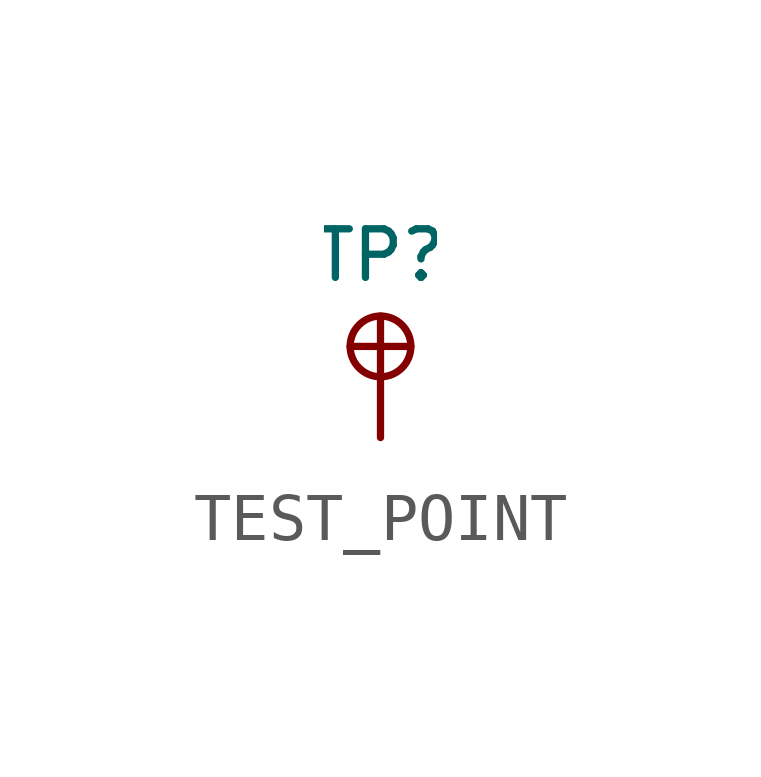
<source format=kicad_sym>
(kicad_symbol_lib
  (version 20201005)
  (generator kicad_symbol_editor)
  (symbol "TEST_POINT"
    (pin_numbers hide)
    (pin_names
      (offset 1.016))
    (property "Reference" "TP"
      (at 0 3.81 0)
      (effects (font (size 1.016 1.016))))
    (symbol "TEST_POINT_0_1"
      (circle (center 0 1.905) (radius 0.635) (stroke (width 0)) (fill (type none)))
      (polyline (pts (xy -0.635 1.905) (xy 0.635 1.905)) (stroke (width 0)) (fill (type none)))
      (polyline (pts (xy 0 1.27) (xy 0 2.54)) (stroke (width 0)) (fill (type none))))
    (symbol "TEST_POINT_1_0"
      (pin unspecified line (at 0 0 90) (length 1.27) (name "~" (effects (font (size 0.762 0.762)))) (number "1" (effects (font (size 0.762 0.762))))))))
</source>
